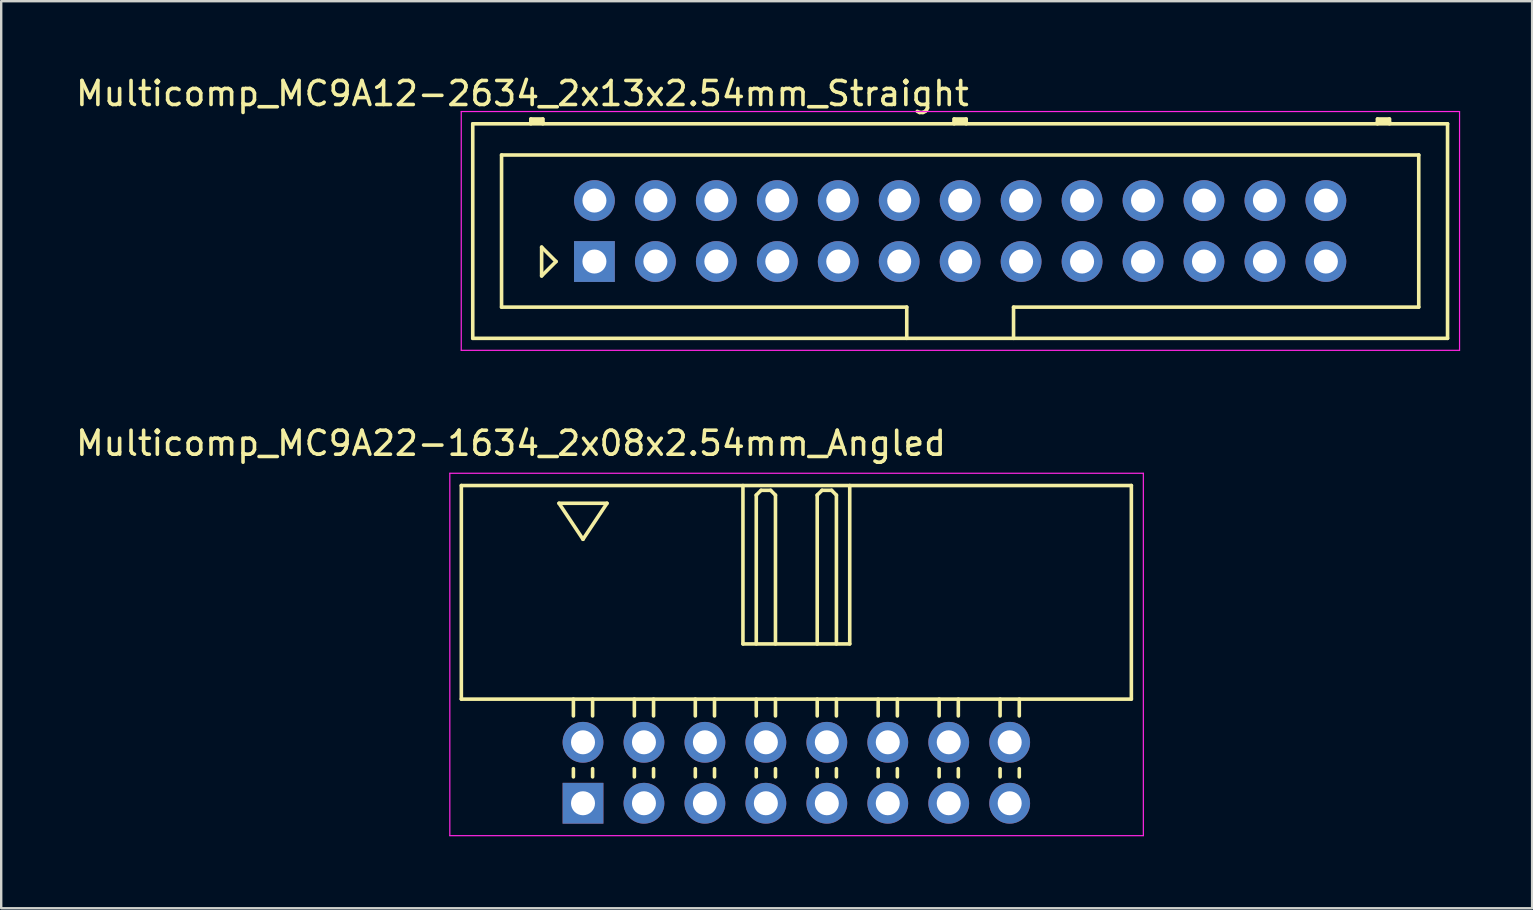
<source format=kicad_pcb>
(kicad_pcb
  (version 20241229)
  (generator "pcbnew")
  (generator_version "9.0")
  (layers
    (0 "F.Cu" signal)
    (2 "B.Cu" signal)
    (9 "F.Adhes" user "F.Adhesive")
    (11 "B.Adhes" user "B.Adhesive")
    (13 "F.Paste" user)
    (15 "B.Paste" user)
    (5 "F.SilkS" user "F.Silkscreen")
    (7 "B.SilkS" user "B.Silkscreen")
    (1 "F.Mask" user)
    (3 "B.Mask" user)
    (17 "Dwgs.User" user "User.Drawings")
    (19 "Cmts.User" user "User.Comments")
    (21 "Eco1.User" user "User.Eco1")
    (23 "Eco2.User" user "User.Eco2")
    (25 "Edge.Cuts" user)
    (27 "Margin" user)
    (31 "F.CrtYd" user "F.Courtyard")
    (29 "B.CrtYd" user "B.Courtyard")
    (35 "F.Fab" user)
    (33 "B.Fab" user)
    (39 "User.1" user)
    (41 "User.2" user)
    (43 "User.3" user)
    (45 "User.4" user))
  (footprint "Multicomp_MC9A22-1634_2x08x2.54mm_Angled"
    (layer "F.Cu")
    (at 21.244 30.422)
    (property "Reference" "Multicomp_MC9A22-1634_2x08x2.54mm_Angled" (at -3 -15 0) (layer "F.SilkS") (effects (font (size 1 1) (thickness 0.15))))
    (attr through_hole)
    (fp_line (start -5.07 -13.24) (end 22.85 -13.24) (stroke (width 0.15) (type solid)) (layer "F.SilkS"))
    (fp_line (start -5.07 -4.34) (end -5.07 -13.24) (stroke (width 0.15) (type solid)) (layer "F.SilkS"))
    (fp_line (start -1 -12.5) (end 1 -12.5) (stroke (width 0.15) (type solid)) (layer "F.SilkS"))
    (fp_line (start -0.4 -3.64) (end -0.4 -4.34) (stroke (width 0.15) (type solid)) (layer "F.SilkS"))
    (fp_line (start -0.4 -1.1) (end -0.4 -1.44) (stroke (width 0.15) (type solid)) (layer "F.SilkS"))
    (fp_line (start 0 -11) (end -1 -12.5) (stroke (width 0.15) (type solid)) (layer "F.SilkS"))
    (fp_line (start 0.4 -3.64) (end 0.4 -4.34) (stroke (width 0.15) (type solid)) (layer "F.SilkS"))
    (fp_line (start 0.4 -1.1) (end 0.4 -1.44) (stroke (width 0.15) (type solid)) (layer "F.SilkS"))
    (fp_line (start 1 -12.5) (end 0 -11) (stroke (width 0.15) (type solid)) (layer "F.SilkS"))
    (fp_line (start 2.14 -3.64) (end 2.14 -4.34) (stroke (width 0.15) (type solid)) (layer "F.SilkS"))
    (fp_line (start 2.14 -1.1) (end 2.14 -1.44) (stroke (width 0.15) (type solid)) (layer "F.SilkS"))
    (fp_line (start 2.94 -3.64) (end 2.94 -4.34) (stroke (width 0.15) (type solid)) (layer "F.SilkS"))
    (fp_line (start 2.94 -1.1) (end 2.94 -1.44) (stroke (width 0.15) (type solid)) (layer "F.SilkS"))
    (fp_line (start 4.68 -3.64) (end 4.68 -4.34) (stroke (width 0.15) (type solid)) (layer "F.SilkS"))
    (fp_line (start 4.68 -1.1) (end 4.68 -1.44) (stroke (width 0.15) (type solid)) (layer "F.SilkS"))
    (fp_line (start 5.48 -3.64) (end 5.48 -4.34) (stroke (width 0.15) (type solid)) (layer "F.SilkS"))
    (fp_line (start 5.48 -1.1) (end 5.48 -1.44) (stroke (width 0.15) (type solid)) (layer "F.SilkS"))
    (fp_line (start 6.665 -13.24) (end 6.665 -6.64) (stroke (width 0.15) (type solid)) (layer "F.SilkS"))
    (fp_line (start 6.665 -6.64) (end 11.115 -6.64) (stroke (width 0.15) (type solid)) (layer "F.SilkS"))
    (fp_line (start 7.22 -12.84) (end 7.42 -13.04) (stroke (width 0.15) (type solid)) (layer "F.SilkS"))
    (fp_line (start 7.22 -6.64) (end 7.22 -12.84) (stroke (width 0.15) (type solid)) (layer "F.SilkS"))
    (fp_line (start 7.22 -3.64) (end 7.22 -4.34) (stroke (width 0.15) (type solid)) (layer "F.SilkS"))
    (fp_line (start 7.22 -1.1) (end 7.22 -1.44) (stroke (width 0.15) (type solid)) (layer "F.SilkS"))
    (fp_line (start 7.42 -13.04) (end 7.82 -13.04) (stroke (width 0.15) (type solid)) (layer "F.SilkS"))
    (fp_line (start 7.82 -13.04) (end 8.02 -12.84) (stroke (width 0.15) (type solid)) (layer "F.SilkS"))
    (fp_line (start 8.02 -12.84) (end 8.02 -6.64) (stroke (width 0.15) (type solid)) (layer "F.SilkS"))
    (fp_line (start 8.02 -3.64) (end 8.02 -4.34) (stroke (width 0.15) (type solid)) (layer "F.SilkS"))
    (fp_line (start 8.02 -1.1) (end 8.02 -1.44) (stroke (width 0.15) (type solid)) (layer "F.SilkS"))
    (fp_line (start 9.76 -12.84) (end 9.96 -13.04) (stroke (width 0.15) (type solid)) (layer "F.SilkS"))
    (fp_line (start 9.76 -6.64) (end 9.76 -12.84) (stroke (width 0.15) (type solid)) (layer "F.SilkS"))
    (fp_line (start 9.76 -3.64) (end 9.76 -4.34) (stroke (width 0.15) (type solid)) (layer "F.SilkS"))
    (fp_line (start 9.76 -1.1) (end 9.76 -1.44) (stroke (width 0.15) (type solid)) (layer "F.SilkS"))
    (fp_line (start 9.96 -13.04) (end 10.36 -13.04) (stroke (width 0.15) (type solid)) (layer "F.SilkS"))
    (fp_line (start 10.36 -13.04) (end 10.56 -12.84) (stroke (width 0.15) (type solid)) (layer "F.SilkS"))
    (fp_line (start 10.56 -12.84) (end 10.56 -6.64) (stroke (width 0.15) (type solid)) (layer "F.SilkS"))
    (fp_line (start 10.56 -3.64) (end 10.56 -4.34) (stroke (width 0.15) (type solid)) (layer "F.SilkS"))
    (fp_line (start 10.56 -1.1) (end 10.56 -1.44) (stroke (width 0.15) (type solid)) (layer "F.SilkS"))
    (fp_line (start 11.115 -6.64) (end 11.115 -13.24) (stroke (width 0.15) (type solid)) (layer "F.SilkS"))
    (fp_line (start 12.3 -3.64) (end 12.3 -4.34) (stroke (width 0.15) (type solid)) (layer "F.SilkS"))
    (fp_line (start 12.3 -1.1) (end 12.3 -1.44) (stroke (width 0.15) (type solid)) (layer "F.SilkS"))
    (fp_line (start 13.1 -3.64) (end 13.1 -4.34) (stroke (width 0.15) (type solid)) (layer "F.SilkS"))
    (fp_line (start 13.1 -1.1) (end 13.1 -1.44) (stroke (width 0.15) (type solid)) (layer "F.SilkS"))
    (fp_line (start 14.84 -3.64) (end 14.84 -4.34) (stroke (width 0.15) (type solid)) (layer "F.SilkS"))
    (fp_line (start 14.84 -1.1) (end 14.84 -1.44) (stroke (width 0.15) (type solid)) (layer "F.SilkS"))
    (fp_line (start 15.64 -3.64) (end 15.64 -4.34) (stroke (width 0.15) (type solid)) (layer "F.SilkS"))
    (fp_line (start 15.64 -1.1) (end 15.64 -1.44) (stroke (width 0.15) (type solid)) (layer "F.SilkS"))
    (fp_line (start 17.38 -3.64) (end 17.38 -4.34) (stroke (width 0.15) (type solid)) (layer "F.SilkS"))
    (fp_line (start 17.38 -1.1) (end 17.38 -1.44) (stroke (width 0.15) (type solid)) (layer "F.SilkS"))
    (fp_line (start 18.18 -3.64) (end 18.18 -4.34) (stroke (width 0.15) (type solid)) (layer "F.SilkS"))
    (fp_line (start 18.18 -1.1) (end 18.18 -1.44) (stroke (width 0.15) (type solid)) (layer "F.SilkS"))
    (fp_line (start 22.85 -13.24) (end 22.85 -4.34) (stroke (width 0.15) (type solid)) (layer "F.SilkS"))
    (fp_line (start 22.85 -4.34) (end -5.07 -4.34) (stroke (width 0.15) (type solid)) (layer "F.SilkS"))
    (fp_line (start -5.55 -13.75) (end 23.35 -13.75) (stroke (width 0.05) (type solid)) (layer "F.CrtYd"))
    (fp_line (start -5.55 1.35) (end -5.55 -13.75) (stroke (width 0.05) (type solid)) (layer "F.CrtYd"))
    (fp_line (start 23.35 -13.75) (end 23.35 1.35) (stroke (width 0.05) (type solid)) (layer "F.CrtYd"))
    (fp_line (start 23.35 1.35) (end -5.55 1.35) (stroke (width 0.05) (type solid)) (layer "F.CrtYd"))
    (pad "1" thru_hole rect (at 0 0) (size 1.7 1.7) (drill 1) (layers "*.Cu" "*.Mask"))
    (pad "2" thru_hole circle (at 0 -2.54) (size 1.7 1.7) (drill 1) (layers "*.Cu" "*.Mask"))
    (pad "3" thru_hole circle (at 2.54 0) (size 1.7 1.7) (drill 1) (layers "*.Cu" "*.Mask"))
    (pad "4" thru_hole circle (at 2.54 -2.54) (size 1.7 1.7) (drill 1) (layers "*.Cu" "*.Mask"))
    (pad "5" thru_hole circle (at 5.08 0) (size 1.7 1.7) (drill 1) (layers "*.Cu" "*.Mask"))
    (pad "6" thru_hole circle (at 5.08 -2.54) (size 1.7 1.7) (drill 1) (layers "*.Cu" "*.Mask"))
    (pad "7" thru_hole circle (at 7.62 0) (size 1.7 1.7) (drill 1) (layers "*.Cu" "*.Mask"))
    (pad "8" thru_hole circle (at 7.62 -2.54) (size 1.7 1.7) (drill 1) (layers "*.Cu" "*.Mask"))
    (pad "9" thru_hole circle (at 10.16 0) (size 1.7 1.7) (drill 1) (layers "*.Cu" "*.Mask"))
    (pad "10" thru_hole circle (at 10.16 -2.54) (size 1.7 1.7) (drill 1) (layers "*.Cu" "*.Mask"))
    (pad "11" thru_hole circle (at 12.7 0) (size 1.7 1.7) (drill 1) (layers "*.Cu" "*.Mask"))
    (pad "12" thru_hole circle (at 12.7 -2.54) (size 1.7 1.7) (drill 1) (layers "*.Cu" "*.Mask"))
    (pad "13" thru_hole circle (at 15.24 0) (size 1.7 1.7) (drill 1) (layers "*.Cu" "*.Mask"))
    (pad "14" thru_hole circle (at 15.24 -2.54) (size 1.7 1.7) (drill 1) (layers "*.Cu" "*.Mask"))
    (pad "15" thru_hole circle (at 17.78 0) (size 1.7 1.7) (drill 1) (layers "*.Cu" "*.Mask"))
    (pad "16" thru_hole circle (at 17.78 -2.54) (size 1.7 1.7) (drill 1) (layers "*.Cu" "*.Mask")))
  (footprint "Multicomp_MC9A12-2634_2x13x2.54mm_Straight"
    (layer "F.Cu")
    (at 21.72 7.848)
    (property "Reference" "Multicomp_MC9A12-2634_2x13x2.54mm_Straight" (at -3 -7 0) (layer "F.SilkS") (effects (font (size 1 1) (thickness 0.15))))
    (attr through_hole)
    (fp_line (start -5.07 -5.74) (end 35.55 -5.74) (stroke (width 0.15) (type solid)) (layer "F.SilkS"))
    (fp_line (start -5.07 3.2) (end -5.07 -5.74) (stroke (width 0.15) (type solid)) (layer "F.SilkS"))
    (fp_line (start -3.87 -4.44) (end 34.35 -4.44) (stroke (width 0.15) (type solid)) (layer "F.SilkS"))
    (fp_line (start -3.87 1.9) (end -3.87 -4.44) (stroke (width 0.15) (type solid)) (layer "F.SilkS"))
    (fp_line (start -2.65 -5.94) (end -2.15 -5.94) (stroke (width 0.15) (type solid)) (layer "F.SilkS"))
    (fp_line (start -2.65 -5.84) (end -2.15 -5.84) (stroke (width 0.15) (type solid)) (layer "F.SilkS"))
    (fp_line (start -2.65 -5.74) (end -2.65 -5.94) (stroke (width 0.15) (type solid)) (layer "F.SilkS"))
    (fp_line (start -2.2 -0.6) (end -1.6 0) (stroke (width 0.15) (type solid)) (layer "F.SilkS"))
    (fp_line (start -2.2 0.6) (end -2.2 -0.6) (stroke (width 0.15) (type solid)) (layer "F.SilkS"))
    (fp_line (start -2.15 -5.94) (end -2.15 -5.74) (stroke (width 0.15) (type solid)) (layer "F.SilkS"))
    (fp_line (start -1.6 0) (end -2.2 0.6) (stroke (width 0.15) (type solid)) (layer "F.SilkS"))
    (fp_line (start 13.015 1.9) (end -3.87 1.9) (stroke (width 0.15) (type solid)) (layer "F.SilkS"))
    (fp_line (start 13.015 3.2) (end 13.015 1.9) (stroke (width 0.15) (type solid)) (layer "F.SilkS"))
    (fp_line (start 14.99 -5.94) (end 15.49 -5.94) (stroke (width 0.15) (type solid)) (layer "F.SilkS"))
    (fp_line (start 14.99 -5.84) (end 15.49 -5.84) (stroke (width 0.15) (type solid)) (layer "F.SilkS"))
    (fp_line (start 14.99 -5.74) (end 14.99 -5.94) (stroke (width 0.15) (type solid)) (layer "F.SilkS"))
    (fp_line (start 15.49 -5.94) (end 15.49 -5.74) (stroke (width 0.15) (type solid)) (layer "F.SilkS"))
    (fp_line (start 17.465 1.9) (end 17.465 3.2) (stroke (width 0.15) (type solid)) (layer "F.SilkS"))
    (fp_line (start 32.63 -5.94) (end 33.13 -5.94) (stroke (width 0.15) (type solid)) (layer "F.SilkS"))
    (fp_line (start 32.63 -5.84) (end 33.13 -5.84) (stroke (width 0.15) (type solid)) (layer "F.SilkS"))
    (fp_line (start 32.63 -5.74) (end 32.63 -5.94) (stroke (width 0.15) (type solid)) (layer "F.SilkS"))
    (fp_line (start 33.13 -5.94) (end 33.13 -5.74) (stroke (width 0.15) (type solid)) (layer "F.SilkS"))
    (fp_line (start 34.35 -4.44) (end 34.35 1.9) (stroke (width 0.15) (type solid)) (layer "F.SilkS"))
    (fp_line (start 34.35 1.9) (end 17.465 1.9) (stroke (width 0.15) (type solid)) (layer "F.SilkS"))
    (fp_line (start 35.55 -5.74) (end 35.55 3.2) (stroke (width 0.15) (type solid)) (layer "F.SilkS"))
    (fp_line (start 35.55 3.2) (end -5.07 3.2) (stroke (width 0.15) (type solid)) (layer "F.SilkS"))
    (fp_line (start -5.55 -6.25) (end 36.05 -6.25) (stroke (width 0.05) (type solid)) (layer "F.CrtYd"))
    (fp_line (start -5.55 3.7) (end -5.55 -6.25) (stroke (width 0.05) (type solid)) (layer "F.CrtYd"))
    (fp_line (start 36.05 -6.25) (end 36.05 3.7) (stroke (width 0.05) (type solid)) (layer "F.CrtYd"))
    (fp_line (start 36.05 3.7) (end -5.55 3.7) (stroke (width 0.05) (type solid)) (layer "F.CrtYd"))
    (pad "1" thru_hole rect (at 0 0) (size 1.7 1.7) (drill 1) (layers "*.Cu" "*.Mask"))
    (pad "2" thru_hole circle (at 0 -2.54) (size 1.7 1.7) (drill 1) (layers "*.Cu" "*.Mask"))
    (pad "3" thru_hole circle (at 2.54 0) (size 1.7 1.7) (drill 1) (layers "*.Cu" "*.Mask"))
    (pad "4" thru_hole circle (at 2.54 -2.54) (size 1.7 1.7) (drill 1) (layers "*.Cu" "*.Mask"))
    (pad "5" thru_hole circle (at 5.08 0) (size 1.7 1.7) (drill 1) (layers "*.Cu" "*.Mask"))
    (pad "6" thru_hole circle (at 5.08 -2.54) (size 1.7 1.7) (drill 1) (layers "*.Cu" "*.Mask"))
    (pad "7" thru_hole circle (at 7.62 0) (size 1.7 1.7) (drill 1) (layers "*.Cu" "*.Mask"))
    (pad "8" thru_hole circle (at 7.62 -2.54) (size 1.7 1.7) (drill 1) (layers "*.Cu" "*.Mask"))
    (pad "9" thru_hole circle (at 10.16 0) (size 1.7 1.7) (drill 1) (layers "*.Cu" "*.Mask"))
    (pad "10" thru_hole circle (at 10.16 -2.54) (size 1.7 1.7) (drill 1) (layers "*.Cu" "*.Mask"))
    (pad "11" thru_hole circle (at 12.7 0) (size 1.7 1.7) (drill 1) (layers "*.Cu" "*.Mask"))
    (pad "12" thru_hole circle (at 12.7 -2.54) (size 1.7 1.7) (drill 1) (layers "*.Cu" "*.Mask"))
    (pad "13" thru_hole circle (at 15.24 0) (size 1.7 1.7) (drill 1) (layers "*.Cu" "*.Mask"))
    (pad "14" thru_hole circle (at 15.24 -2.54) (size 1.7 1.7) (drill 1) (layers "*.Cu" "*.Mask"))
    (pad "15" thru_hole circle (at 17.78 0) (size 1.7 1.7) (drill 1) (layers "*.Cu" "*.Mask"))
    (pad "16" thru_hole circle (at 17.78 -2.54) (size 1.7 1.7) (drill 1) (layers "*.Cu" "*.Mask"))
    (pad "17" thru_hole circle (at 20.32 0) (size 1.7 1.7) (drill 1) (layers "*.Cu" "*.Mask"))
    (pad "18" thru_hole circle (at 20.32 -2.54) (size 1.7 1.7) (drill 1) (layers "*.Cu" "*.Mask"))
    (pad "19" thru_hole circle (at 22.86 0) (size 1.7 1.7) (drill 1) (layers "*.Cu" "*.Mask"))
    (pad "20" thru_hole circle (at 22.86 -2.54) (size 1.7 1.7) (drill 1) (layers "*.Cu" "*.Mask"))
    (pad "21" thru_hole circle (at 25.4 0) (size 1.7 1.7) (drill 1) (layers "*.Cu" "*.Mask"))
    (pad "22" thru_hole circle (at 25.4 -2.54) (size 1.7 1.7) (drill 1) (layers "*.Cu" "*.Mask"))
    (pad "23" thru_hole circle (at 27.94 0) (size 1.7 1.7) (drill 1) (layers "*.Cu" "*.Mask"))
    (pad "24" thru_hole circle (at 27.94 -2.54) (size 1.7 1.7) (drill 1) (layers "*.Cu" "*.Mask"))
    (pad "25" thru_hole circle (at 30.48 0) (size 1.7 1.7) (drill 1) (layers "*.Cu" "*.Mask"))
    (pad "26" thru_hole circle (at 30.48 -2.54) (size 1.7 1.7) (drill 1) (layers "*.Cu" "*.Mask")))
  (gr_rect
    (start -3 -3)
    (end 60.795 34.797)
    (stroke (width 0.1) (type default))
    (fill no)
    (layer "Edge.Cuts")))
</source>
